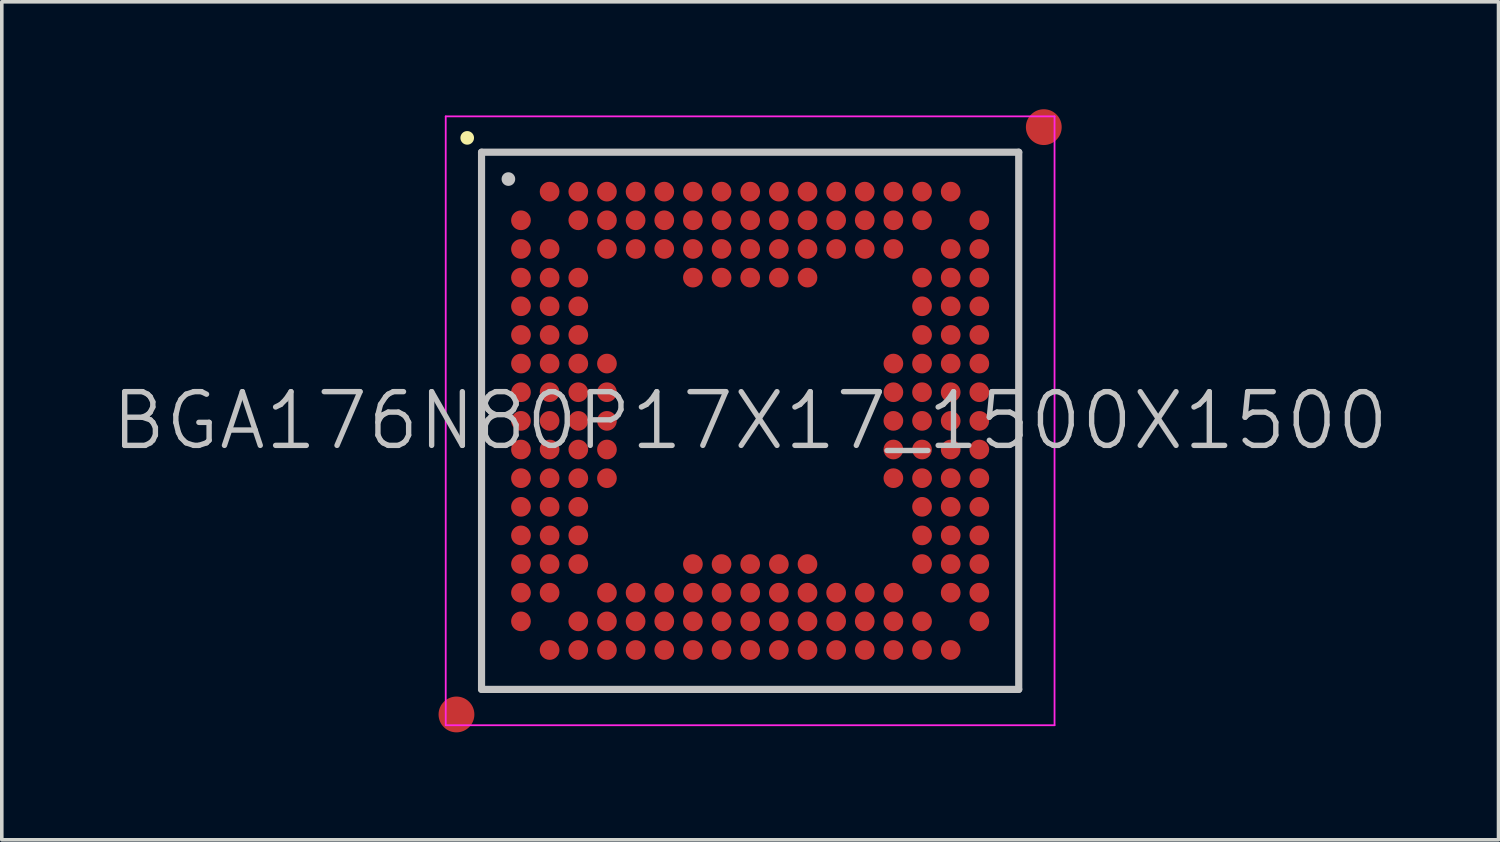
<source format=kicad_pcb>
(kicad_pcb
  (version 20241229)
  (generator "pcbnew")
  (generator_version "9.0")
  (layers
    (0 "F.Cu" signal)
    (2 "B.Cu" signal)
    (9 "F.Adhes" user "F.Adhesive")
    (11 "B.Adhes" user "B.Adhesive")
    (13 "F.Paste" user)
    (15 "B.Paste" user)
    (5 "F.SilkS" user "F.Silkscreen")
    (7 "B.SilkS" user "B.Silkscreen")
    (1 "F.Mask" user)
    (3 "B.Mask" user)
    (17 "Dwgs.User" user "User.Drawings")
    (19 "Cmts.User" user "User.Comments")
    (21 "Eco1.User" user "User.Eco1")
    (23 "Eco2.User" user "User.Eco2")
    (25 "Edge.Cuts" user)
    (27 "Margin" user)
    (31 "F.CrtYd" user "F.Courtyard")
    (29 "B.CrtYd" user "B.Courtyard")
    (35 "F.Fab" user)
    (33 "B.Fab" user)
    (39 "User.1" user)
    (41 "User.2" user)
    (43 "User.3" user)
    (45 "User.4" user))
  (footprint "BGA176N80P17X17_1500X1500"
    (layer "F.Cu")
    (at 17.896 8.7)
    (property "Reference" "BGA176N80P17X17_1500X1500" (at 0 0 0) (layer "Dwgs.User") (effects (font (size 1.5 1.5) (thickness 0.15))))
    (attr smd)
    (fp_line (start -7.9 -7.9) (end -7.9 -7.9) (stroke (width 0.381) (type solid)) (layer "F.SilkS"))
    (fp_line (start -7.5 -7.5) (end -7.5 7.5) (stroke (width 0.2) (type solid)) (layer "Dwgs.User"))
    (fp_line (start -7.5 -7.5) (end 7.5 -7.5) (stroke (width 0.2) (type solid)) (layer "Dwgs.User"))
    (fp_line (start -7.5 7.5) (end 7.5 7.5) (stroke (width 0.2) (type solid)) (layer "Dwgs.User"))
    (fp_line (start -6.75 -6.75) (end -6.75 -6.75) (stroke (width 0.381) (type solid)) (layer "Dwgs.User"))
    (fp_line (start 7.5 -7.5) (end 7.5 7.5) (stroke (width 0.2) (type solid)) (layer "Dwgs.User"))
    (fp_line (start -8.5 -8.5) (end -8.5 8.5) (stroke (width 0.05) (type solid)) (layer "F.CrtYd"))
    (fp_line (start -8.5 -8.5) (end 8.5 -8.5) (stroke (width 0.05) (type solid)) (layer "F.CrtYd"))
    (fp_line (start -8.5 8.5) (end 8.5 8.5) (stroke (width 0.05) (type solid)) (layer "F.CrtYd"))
    (fp_line (start 8.5 -8.5) (end 8.5 8.5) (stroke (width 0.05) (type solid)) (layer "F.CrtYd"))
    (pad "" smd circle (at -8.2 8.2) (size 1 1) (layers "F.Cu" "F.Mask"))
    (pad "" smd circle (at 8.2 -8.2) (size 1 1) (layers "F.Cu" "F.Mask"))
    (pad "A2" smd circle (at -5.599 -6.399) (size 0.55 0.55) (layers "F.Cu" "F.Mask" "F.Paste"))
    (pad "A3" smd circle (at -4.798 -6.399) (size 0.55 0.55) (layers "F.Cu" "F.Mask" "F.Paste"))
    (pad "A4" smd circle (at -3.998 -6.399) (size 0.55 0.55) (layers "F.Cu" "F.Mask" "F.Paste"))
    (pad "A5" smd circle (at -3.198 -6.399) (size 0.55 0.55) (layers "F.Cu" "F.Mask" "F.Paste"))
    (pad "A6" smd circle (at -2.398 -6.399) (size 0.55 0.55) (layers "F.Cu" "F.Mask" "F.Paste"))
    (pad "A7" smd circle (at -1.598 -6.399) (size 0.55 0.55) (layers "F.Cu" "F.Mask" "F.Paste"))
    (pad "A8" smd circle (at -0.798 -6.399) (size 0.55 0.55) (layers "F.Cu" "F.Mask" "F.Paste"))
    (pad "A9" smd circle (at 0.002 -6.399) (size 0.55 0.55) (layers "F.Cu" "F.Mask" "F.Paste"))
    (pad "A10" smd circle (at 0.802 -6.399) (size 0.55 0.55) (layers "F.Cu" "F.Mask" "F.Paste"))
    (pad "A11" smd circle (at 1.602 -6.399) (size 0.55 0.55) (layers "F.Cu" "F.Mask" "F.Paste"))
    (pad "A12" smd circle (at 2.402 -6.399) (size 0.55 0.55) (layers "F.Cu" "F.Mask" "F.Paste"))
    (pad "A13" smd circle (at 3.2 -6.399) (size 0.55 0.55) (layers "F.Cu" "F.Mask" "F.Paste"))
    (pad "A14" smd circle (at 4 -6.399) (size 0.55 0.55) (layers "F.Cu" "F.Mask" "F.Paste"))
    (pad "A15" smd circle (at 4.8 -6.399) (size 0.55 0.55) (layers "F.Cu" "F.Mask" "F.Paste"))
    (pad "A16" smd circle (at 5.6 -6.399) (size 0.55 0.55) (layers "F.Cu" "F.Mask" "F.Paste"))
    (pad "B1" smd circle (at -6.399 -5.599) (size 0.55 0.55) (layers "F.Cu" "F.Mask" "F.Paste"))
    (pad "B3" smd circle (at -4.798 -5.599) (size 0.55 0.55) (layers "F.Cu" "F.Mask" "F.Paste"))
    (pad "B4" smd circle (at -3.998 -5.599) (size 0.55 0.55) (layers "F.Cu" "F.Mask" "F.Paste"))
    (pad "B5" smd circle (at -3.198 -5.599) (size 0.55 0.55) (layers "F.Cu" "F.Mask" "F.Paste"))
    (pad "B6" smd circle (at -2.398 -5.599) (size 0.55 0.55) (layers "F.Cu" "F.Mask" "F.Paste"))
    (pad "B7" smd circle (at -1.598 -5.599) (size 0.55 0.55) (layers "F.Cu" "F.Mask" "F.Paste"))
    (pad "B8" smd circle (at -0.798 -5.599) (size 0.55 0.55) (layers "F.Cu" "F.Mask" "F.Paste"))
    (pad "B9" smd circle (at 0.002 -5.599) (size 0.55 0.55) (layers "F.Cu" "F.Mask" "F.Paste"))
    (pad "B10" smd circle (at 0.802 -5.599) (size 0.55 0.55) (layers "F.Cu" "F.Mask" "F.Paste"))
    (pad "B11" smd circle (at 1.602 -5.599) (size 0.55 0.55) (layers "F.Cu" "F.Mask" "F.Paste"))
    (pad "B12" smd circle (at 2.402 -5.599) (size 0.55 0.55) (layers "F.Cu" "F.Mask" "F.Paste"))
    (pad "B13" smd circle (at 3.2 -5.599) (size 0.55 0.55) (layers "F.Cu" "F.Mask" "F.Paste"))
    (pad "B14" smd circle (at 4 -5.599) (size 0.55 0.55) (layers "F.Cu" "F.Mask" "F.Paste"))
    (pad "B15" smd circle (at 4.8 -5.599) (size 0.55 0.55) (layers "F.Cu" "F.Mask" "F.Paste"))
    (pad "B17" smd circle (at 6.4 -5.599) (size 0.55 0.55) (layers "F.Cu" "F.Mask" "F.Paste"))
    (pad "C1" smd circle (at -6.399 -4.798) (size 0.55 0.55) (layers "F.Cu" "F.Mask" "F.Paste"))
    (pad "C2" smd circle (at -5.599 -4.798) (size 0.55 0.55) (layers "F.Cu" "F.Mask" "F.Paste"))
    (pad "C4" smd circle (at -3.998 -4.798) (size 0.55 0.55) (layers "F.Cu" "F.Mask" "F.Paste"))
    (pad "C5" smd circle (at -3.198 -4.798) (size 0.55 0.55) (layers "F.Cu" "F.Mask" "F.Paste"))
    (pad "C6" smd circle (at -2.398 -4.798) (size 0.55 0.55) (layers "F.Cu" "F.Mask" "F.Paste"))
    (pad "C7" smd circle (at -1.598 -4.798) (size 0.55 0.55) (layers "F.Cu" "F.Mask" "F.Paste"))
    (pad "C8" smd circle (at -0.798 -4.798) (size 0.55 0.55) (layers "F.Cu" "F.Mask" "F.Paste"))
    (pad "C9" smd circle (at 0.002 -4.798) (size 0.55 0.55) (layers "F.Cu" "F.Mask" "F.Paste"))
    (pad "C10" smd circle (at 0.802 -4.798) (size 0.55 0.55) (layers "F.Cu" "F.Mask" "F.Paste"))
    (pad "C11" smd circle (at 1.602 -4.798) (size 0.55 0.55) (layers "F.Cu" "F.Mask" "F.Paste"))
    (pad "C12" smd circle (at 2.402 -4.798) (size 0.55 0.55) (layers "F.Cu" "F.Mask" "F.Paste"))
    (pad "C13" smd circle (at 3.2 -4.798) (size 0.55 0.55) (layers "F.Cu" "F.Mask" "F.Paste"))
    (pad "C14" smd circle (at 4 -4.798) (size 0.55 0.55) (layers "F.Cu" "F.Mask" "F.Paste"))
    (pad "C16" smd circle (at 5.6 -4.798) (size 0.55 0.55) (layers "F.Cu" "F.Mask" "F.Paste"))
    (pad "C17" smd circle (at 6.4 -4.798) (size 0.55 0.55) (layers "F.Cu" "F.Mask" "F.Paste"))
    (pad "D1" smd circle (at -6.399 -3.998) (size 0.55 0.55) (layers "F.Cu" "F.Mask" "F.Paste"))
    (pad "D2" smd circle (at -5.599 -3.998) (size 0.55 0.55) (layers "F.Cu" "F.Mask" "F.Paste"))
    (pad "D3" smd circle (at -4.798 -3.998) (size 0.55 0.55) (layers "F.Cu" "F.Mask" "F.Paste"))
    (pad "D7" smd circle (at -1.598 -3.998) (size 0.55 0.55) (layers "F.Cu" "F.Mask" "F.Paste"))
    (pad "D8" smd circle (at -0.798 -3.998) (size 0.55 0.55) (layers "F.Cu" "F.Mask" "F.Paste"))
    (pad "D9" smd circle (at 0.002 -3.998) (size 0.55 0.55) (layers "F.Cu" "F.Mask" "F.Paste"))
    (pad "D10" smd circle (at 0.802 -3.998) (size 0.55 0.55) (layers "F.Cu" "F.Mask" "F.Paste"))
    (pad "D11" smd circle (at 1.602 -3.998) (size 0.55 0.55) (layers "F.Cu" "F.Mask" "F.Paste"))
    (pad "D15" smd circle (at 4.8 -3.998) (size 0.55 0.55) (layers "F.Cu" "F.Mask" "F.Paste"))
    (pad "D16" smd circle (at 5.6 -3.998) (size 0.55 0.55) (layers "F.Cu" "F.Mask" "F.Paste"))
    (pad "D17" smd circle (at 6.4 -3.998) (size 0.55 0.55) (layers "F.Cu" "F.Mask" "F.Paste"))
    (pad "E1" smd circle (at -6.399 -3.198) (size 0.55 0.55) (layers "F.Cu" "F.Mask" "F.Paste"))
    (pad "E2" smd circle (at -5.599 -3.198) (size 0.55 0.55) (layers "F.Cu" "F.Mask" "F.Paste"))
    (pad "E3" smd circle (at -4.798 -3.198) (size 0.55 0.55) (layers "F.Cu" "F.Mask" "F.Paste"))
    (pad "E15" smd circle (at 4.8 -3.198) (size 0.55 0.55) (layers "F.Cu" "F.Mask" "F.Paste"))
    (pad "E16" smd circle (at 5.6 -3.198) (size 0.55 0.55) (layers "F.Cu" "F.Mask" "F.Paste"))
    (pad "E17" smd circle (at 6.4 -3.198) (size 0.55 0.55) (layers "F.Cu" "F.Mask" "F.Paste"))
    (pad "F1" smd circle (at -6.399 -2.398) (size 0.55 0.55) (layers "F.Cu" "F.Mask" "F.Paste"))
    (pad "F2" smd circle (at -5.599 -2.398) (size 0.55 0.55) (layers "F.Cu" "F.Mask" "F.Paste"))
    (pad "F3" smd circle (at -4.798 -2.398) (size 0.55 0.55) (layers "F.Cu" "F.Mask" "F.Paste"))
    (pad "F15" smd circle (at 4.8 -2.398) (size 0.55 0.55) (layers "F.Cu" "F.Mask" "F.Paste"))
    (pad "F16" smd circle (at 5.6 -2.398) (size 0.55 0.55) (layers "F.Cu" "F.Mask" "F.Paste"))
    (pad "F17" smd circle (at 6.4 -2.398) (size 0.55 0.55) (layers "F.Cu" "F.Mask" "F.Paste"))
    (pad "G1" smd circle (at -6.399 -1.598) (size 0.55 0.55) (layers "F.Cu" "F.Mask" "F.Paste"))
    (pad "G2" smd circle (at -5.599 -1.598) (size 0.55 0.55) (layers "F.Cu" "F.Mask" "F.Paste"))
    (pad "G3" smd circle (at -4.798 -1.598) (size 0.55 0.55) (layers "F.Cu" "F.Mask" "F.Paste"))
    (pad "G4" smd circle (at -3.998 -1.598) (size 0.55 0.55) (layers "F.Cu" "F.Mask" "F.Paste"))
    (pad "G14" smd circle (at 4 -1.598) (size 0.55 0.55) (layers "F.Cu" "F.Mask" "F.Paste"))
    (pad "G15" smd circle (at 4.8 -1.598) (size 0.55 0.55) (layers "F.Cu" "F.Mask" "F.Paste"))
    (pad "G16" smd circle (at 5.6 -1.598) (size 0.55 0.55) (layers "F.Cu" "F.Mask" "F.Paste"))
    (pad "G17" smd circle (at 6.4 -1.598) (size 0.55 0.55) (layers "F.Cu" "F.Mask" "F.Paste"))
    (pad "H1" smd circle (at -6.399 -0.798) (size 0.55 0.55) (layers "F.Cu" "F.Mask" "F.Paste"))
    (pad "H2" smd circle (at -5.599 -0.798) (size 0.55 0.55) (layers "F.Cu" "F.Mask" "F.Paste"))
    (pad "H3" smd circle (at -4.798 -0.798) (size 0.55 0.55) (layers "F.Cu" "F.Mask" "F.Paste"))
    (pad "H4" smd circle (at -3.998 -0.798) (size 0.55 0.55) (layers "F.Cu" "F.Mask" "F.Paste"))
    (pad "H14" smd circle (at 4 -0.798) (size 0.55 0.55) (layers "F.Cu" "F.Mask" "F.Paste"))
    (pad "H15" smd circle (at 4.8 -0.798) (size 0.55 0.55) (layers "F.Cu" "F.Mask" "F.Paste"))
    (pad "H16" smd circle (at 5.6 -0.798) (size 0.55 0.55) (layers "F.Cu" "F.Mask" "F.Paste"))
    (pad "H17" smd circle (at 6.4 -0.798) (size 0.55 0.55) (layers "F.Cu" "F.Mask" "F.Paste"))
    (pad "J1" smd circle (at -6.399 0.002) (size 0.55 0.55) (layers "F.Cu" "F.Mask" "F.Paste"))
    (pad "J2" smd circle (at -5.599 0.002) (size 0.55 0.55) (layers "F.Cu" "F.Mask" "F.Paste"))
    (pad "J3" smd circle (at -4.798 0.002) (size 0.55 0.55) (layers "F.Cu" "F.Mask" "F.Paste"))
    (pad "J4" smd circle (at -3.998 0.002) (size 0.55 0.55) (layers "F.Cu" "F.Mask" "F.Paste"))
    (pad "J14" smd circle (at 4 0.002) (size 0.55 0.55) (layers "F.Cu" "F.Mask" "F.Paste"))
    (pad "J15" smd circle (at 4.8 0.002) (size 0.55 0.55) (layers "F.Cu" "F.Mask" "F.Paste"))
    (pad "J16" smd circle (at 5.6 0.002) (size 0.55 0.55) (layers "F.Cu" "F.Mask" "F.Paste"))
    (pad "J17" smd circle (at 6.4 0.002) (size 0.55 0.55) (layers "F.Cu" "F.Mask" "F.Paste"))
    (pad "K1" smd circle (at -6.399 0.802) (size 0.55 0.55) (layers "F.Cu" "F.Mask" "F.Paste"))
    (pad "K2" smd circle (at -5.599 0.802) (size 0.55 0.55) (layers "F.Cu" "F.Mask" "F.Paste"))
    (pad "K3" smd circle (at -4.798 0.802) (size 0.55 0.55) (layers "F.Cu" "F.Mask" "F.Paste"))
    (pad "K4" smd circle (at -3.998 0.802) (size 0.55 0.55) (layers "F.Cu" "F.Mask" "F.Paste"))
    (pad "K14" smd circle (at 4 0.802) (size 0.55 0.55) (layers "F.Cu" "F.Mask" "F.Paste"))
    (pad "K15" smd circle (at 4.8 0.802) (size 0.55 0.55) (layers "F.Cu" "F.Mask" "F.Paste"))
    (pad "K16" smd circle (at 5.6 0.802) (size 0.55 0.55) (layers "F.Cu" "F.Mask" "F.Paste"))
    (pad "K17" smd circle (at 6.4 0.802) (size 0.55 0.55) (layers "F.Cu" "F.Mask" "F.Paste"))
    (pad "L1" smd circle (at -6.399 1.602) (size 0.55 0.55) (layers "F.Cu" "F.Mask" "F.Paste"))
    (pad "L2" smd circle (at -5.599 1.602) (size 0.55 0.55) (layers "F.Cu" "F.Mask" "F.Paste"))
    (pad "L3" smd circle (at -4.798 1.602) (size 0.55 0.55) (layers "F.Cu" "F.Mask" "F.Paste"))
    (pad "L4" smd circle (at -3.998 1.602) (size 0.55 0.55) (layers "F.Cu" "F.Mask" "F.Paste"))
    (pad "L14" smd circle (at 4 1.602) (size 0.55 0.55) (layers "F.Cu" "F.Mask" "F.Paste"))
    (pad "L15" smd circle (at 4.8 1.602) (size 0.55 0.55) (layers "F.Cu" "F.Mask" "F.Paste"))
    (pad "L16" smd circle (at 5.6 1.602) (size 0.55 0.55) (layers "F.Cu" "F.Mask" "F.Paste"))
    (pad "L17" smd circle (at 6.4 1.602) (size 0.55 0.55) (layers "F.Cu" "F.Mask" "F.Paste"))
    (pad "M1" smd circle (at -6.399 2.402) (size 0.55 0.55) (layers "F.Cu" "F.Mask" "F.Paste"))
    (pad "M2" smd circle (at -5.599 2.402) (size 0.55 0.55) (layers "F.Cu" "F.Mask" "F.Paste"))
    (pad "M3" smd circle (at -4.798 2.402) (size 0.55 0.55) (layers "F.Cu" "F.Mask" "F.Paste"))
    (pad "M15" smd circle (at 4.8 2.402) (size 0.55 0.55) (layers "F.Cu" "F.Mask" "F.Paste"))
    (pad "M16" smd circle (at 5.6 2.402) (size 0.55 0.55) (layers "F.Cu" "F.Mask" "F.Paste"))
    (pad "M17" smd circle (at 6.4 2.402) (size 0.55 0.55) (layers "F.Cu" "F.Mask" "F.Paste"))
    (pad "N1" smd circle (at -6.399 3.2) (size 0.55 0.55) (layers "F.Cu" "F.Mask" "F.Paste"))
    (pad "N2" smd circle (at -5.599 3.2) (size 0.55 0.55) (layers "F.Cu" "F.Mask" "F.Paste"))
    (pad "N3" smd circle (at -4.798 3.2) (size 0.55 0.55) (layers "F.Cu" "F.Mask" "F.Paste"))
    (pad "N15" smd circle (at 4.8 3.2) (size 0.55 0.55) (layers "F.Cu" "F.Mask" "F.Paste"))
    (pad "N16" smd circle (at 5.6 3.2) (size 0.55 0.55) (layers "F.Cu" "F.Mask" "F.Paste"))
    (pad "N17" smd circle (at 6.4 3.2) (size 0.55 0.55) (layers "F.Cu" "F.Mask" "F.Paste"))
    (pad "P1" smd circle (at -6.399 4) (size 0.55 0.55) (layers "F.Cu" "F.Mask" "F.Paste"))
    (pad "P2" smd circle (at -5.599 4) (size 0.55 0.55) (layers "F.Cu" "F.Mask" "F.Paste"))
    (pad "P3" smd circle (at -4.798 4) (size 0.55 0.55) (layers "F.Cu" "F.Mask" "F.Paste"))
    (pad "P7" smd circle (at -1.598 4) (size 0.55 0.55) (layers "F.Cu" "F.Mask" "F.Paste"))
    (pad "P8" smd circle (at -0.798 4) (size 0.55 0.55) (layers "F.Cu" "F.Mask" "F.Paste"))
    (pad "P9" smd circle (at 0.002 4) (size 0.55 0.55) (layers "F.Cu" "F.Mask" "F.Paste"))
    (pad "P10" smd circle (at 0.802 4) (size 0.55 0.55) (layers "F.Cu" "F.Mask" "F.Paste"))
    (pad "P11" smd circle (at 1.602 4) (size 0.55 0.55) (layers "F.Cu" "F.Mask" "F.Paste"))
    (pad "P15" smd circle (at 4.8 4) (size 0.55 0.55) (layers "F.Cu" "F.Mask" "F.Paste"))
    (pad "P16" smd circle (at 5.6 4) (size 0.55 0.55) (layers "F.Cu" "F.Mask" "F.Paste"))
    (pad "P17" smd circle (at 6.4 4) (size 0.55 0.55) (layers "F.Cu" "F.Mask" "F.Paste"))
    (pad "R1" smd circle (at -6.399 4.8) (size 0.55 0.55) (layers "F.Cu" "F.Mask" "F.Paste"))
    (pad "R2" smd circle (at -5.599 4.8) (size 0.55 0.55) (layers "F.Cu" "F.Mask" "F.Paste"))
    (pad "R4" smd circle (at -3.998 4.8) (size 0.55 0.55) (layers "F.Cu" "F.Mask" "F.Paste"))
    (pad "R5" smd circle (at -3.198 4.8) (size 0.55 0.55) (layers "F.Cu" "F.Mask" "F.Paste"))
    (pad "R6" smd circle (at -2.398 4.8) (size 0.55 0.55) (layers "F.Cu" "F.Mask" "F.Paste"))
    (pad "R7" smd circle (at -1.598 4.8) (size 0.55 0.55) (layers "F.Cu" "F.Mask" "F.Paste"))
    (pad "R8" smd circle (at -0.798 4.8) (size 0.55 0.55) (layers "F.Cu" "F.Mask" "F.Paste"))
    (pad "R9" smd circle (at 0.002 4.8) (size 0.55 0.55) (layers "F.Cu" "F.Mask" "F.Paste"))
    (pad "R10" smd circle (at 0.802 4.8) (size 0.55 0.55) (layers "F.Cu" "F.Mask" "F.Paste"))
    (pad "R11" smd circle (at 1.602 4.8) (size 0.55 0.55) (layers "F.Cu" "F.Mask" "F.Paste"))
    (pad "R12" smd circle (at 2.402 4.8) (size 0.55 0.55) (layers "F.Cu" "F.Mask" "F.Paste"))
    (pad "R13" smd circle (at 3.2 4.8) (size 0.55 0.55) (layers "F.Cu" "F.Mask" "F.Paste"))
    (pad "R14" smd circle (at 4 4.8) (size 0.55 0.55) (layers "F.Cu" "F.Mask" "F.Paste"))
    (pad "R16" smd circle (at 5.6 4.8) (size 0.55 0.55) (layers "F.Cu" "F.Mask" "F.Paste"))
    (pad "R17" smd circle (at 6.4 4.8) (size 0.55 0.55) (layers "F.Cu" "F.Mask" "F.Paste"))
    (pad "T1" smd circle (at -6.399 5.6) (size 0.55 0.55) (layers "F.Cu" "F.Mask" "F.Paste"))
    (pad "T3" smd circle (at -4.798 5.6) (size 0.55 0.55) (layers "F.Cu" "F.Mask" "F.Paste"))
    (pad "T4" smd circle (at -3.998 5.6) (size 0.55 0.55) (layers "F.Cu" "F.Mask" "F.Paste"))
    (pad "T5" smd circle (at -3.198 5.6) (size 0.55 0.55) (layers "F.Cu" "F.Mask" "F.Paste"))
    (pad "T6" smd circle (at -2.398 5.6) (size 0.55 0.55) (layers "F.Cu" "F.Mask" "F.Paste"))
    (pad "T7" smd circle (at -1.598 5.6) (size 0.55 0.55) (layers "F.Cu" "F.Mask" "F.Paste"))
    (pad "T8" smd circle (at -0.798 5.6) (size 0.55 0.55) (layers "F.Cu" "F.Mask" "F.Paste"))
    (pad "T9" smd circle (at 0.002 5.6) (size 0.55 0.55) (layers "F.Cu" "F.Mask" "F.Paste"))
    (pad "T10" smd circle (at 0.802 5.6) (size 0.55 0.55) (layers "F.Cu" "F.Mask" "F.Paste"))
    (pad "T11" smd circle (at 1.602 5.6) (size 0.55 0.55) (layers "F.Cu" "F.Mask" "F.Paste"))
    (pad "T12" smd circle (at 2.402 5.6) (size 0.55 0.55) (layers "F.Cu" "F.Mask" "F.Paste"))
    (pad "T13" smd circle (at 3.2 5.6) (size 0.55 0.55) (layers "F.Cu" "F.Mask" "F.Paste"))
    (pad "T14" smd circle (at 4 5.6) (size 0.55 0.55) (layers "F.Cu" "F.Mask" "F.Paste"))
    (pad "T15" smd circle (at 4.8 5.6) (size 0.55 0.55) (layers "F.Cu" "F.Mask" "F.Paste"))
    (pad "T17" smd circle (at 6.4 5.6) (size 0.55 0.55) (layers "F.Cu" "F.Mask" "F.Paste"))
    (pad "U2" smd circle (at -5.599 6.4) (size 0.55 0.55) (layers "F.Cu" "F.Mask" "F.Paste"))
    (pad "U3" smd circle (at -4.798 6.4) (size 0.55 0.55) (layers "F.Cu" "F.Mask" "F.Paste"))
    (pad "U4" smd circle (at -3.998 6.4) (size 0.55 0.55) (layers "F.Cu" "F.Mask" "F.Paste"))
    (pad "U5" smd circle (at -3.198 6.4) (size 0.55 0.55) (layers "F.Cu" "F.Mask" "F.Paste"))
    (pad "U6" smd circle (at -2.398 6.4) (size 0.55 0.55) (layers "F.Cu" "F.Mask" "F.Paste"))
    (pad "U7" smd circle (at -1.598 6.4) (size 0.55 0.55) (layers "F.Cu" "F.Mask" "F.Paste"))
    (pad "U8" smd circle (at -0.798 6.4) (size 0.55 0.55) (layers "F.Cu" "F.Mask" "F.Paste"))
    (pad "U9" smd circle (at 0.002 6.4) (size 0.55 0.55) (layers "F.Cu" "F.Mask" "F.Paste"))
    (pad "U10" smd circle (at 0.802 6.4) (size 0.55 0.55) (layers "F.Cu" "F.Mask" "F.Paste"))
    (pad "U11" smd circle (at 1.602 6.4) (size 0.55 0.55) (layers "F.Cu" "F.Mask" "F.Paste"))
    (pad "U12" smd circle (at 2.402 6.4) (size 0.55 0.55) (layers "F.Cu" "F.Mask" "F.Paste"))
    (pad "U13" smd circle (at 3.2 6.4) (size 0.55 0.55) (layers "F.Cu" "F.Mask" "F.Paste"))
    (pad "U14" smd circle (at 4 6.4) (size 0.55 0.55) (layers "F.Cu" "F.Mask" "F.Paste"))
    (pad "U15" smd circle (at 4.8 6.4) (size 0.55 0.55) (layers "F.Cu" "F.Mask" "F.Paste"))
    (pad "U16" smd circle (at 5.6 6.4) (size 0.55 0.55) (layers "F.Cu" "F.Mask" "F.Paste")))
  (gr_rect
    (start -3 -3)
    (end 38.793 20.4)
    (stroke (width 0.1) (type default))
    (fill no)
    (layer "Edge.Cuts")))
</source>
